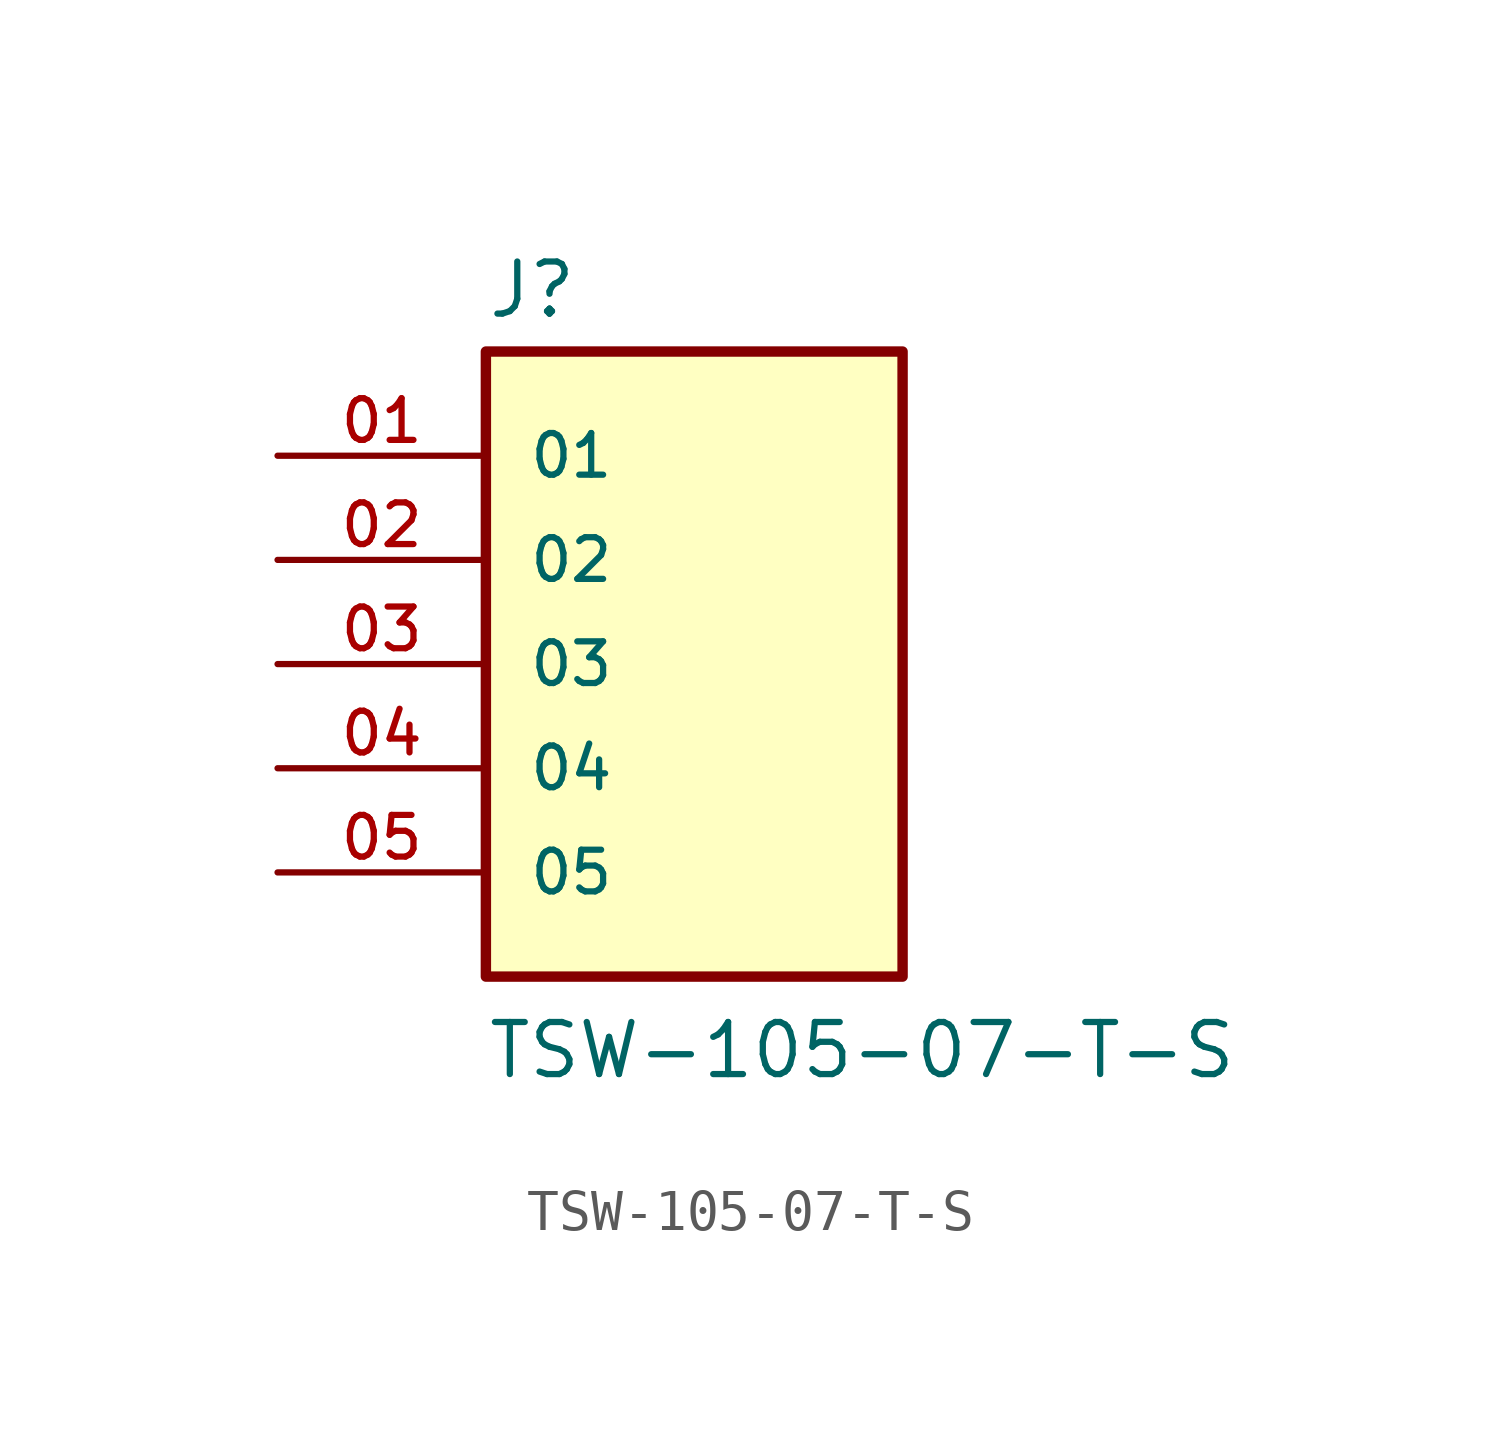
<source format=kicad_sym>
(kicad_symbol_lib
  (version 20220914)
  (generator kicad_symbol_editor)
  (symbol "TSW-105-07-T-S"
    (pin_names
      (offset 1.016))
    (property "Reference" "J"
      (at -5.08 8.382 0)
      (effects (font (size 1.27 1.27)) (justify left bottom)))
    (property "Value" "TSW-105-07-T-S"
      (at -5.08 -10.16 0)
      (effects (font (size 1.27 1.27)) (justify left bottom)))
    (symbol "TSW-105-07-T-S_0_0"
      (rectangle (start -5.08 -7.62) (end 5.08 7.62) (stroke (width 0.254) (type default)) (fill (type background)))
      (pin passive line (at -10.16 5.08 0) (length 5.08) (name "01" (effects (font (size 1.016 1.016)))) (number "01" (effects (font (size 1.016 1.016)))))
      (pin passive line (at -10.16 2.54 0) (length 5.08) (name "02" (effects (font (size 1.016 1.016)))) (number "02" (effects (font (size 1.016 1.016)))))
      (pin passive line (at -10.16 0 0) (length 5.08) (name "03" (effects (font (size 1.016 1.016)))) (number "03" (effects (font (size 1.016 1.016)))))
      (pin passive line (at -10.16 -2.54 0) (length 5.08) (name "04" (effects (font (size 1.016 1.016)))) (number "04" (effects (font (size 1.016 1.016)))))
      (pin passive line (at -10.16 -5.08 0) (length 5.08) (name "05" (effects (font (size 1.016 1.016)))) (number "05" (effects (font (size 1.016 1.016))))))))
</source>
